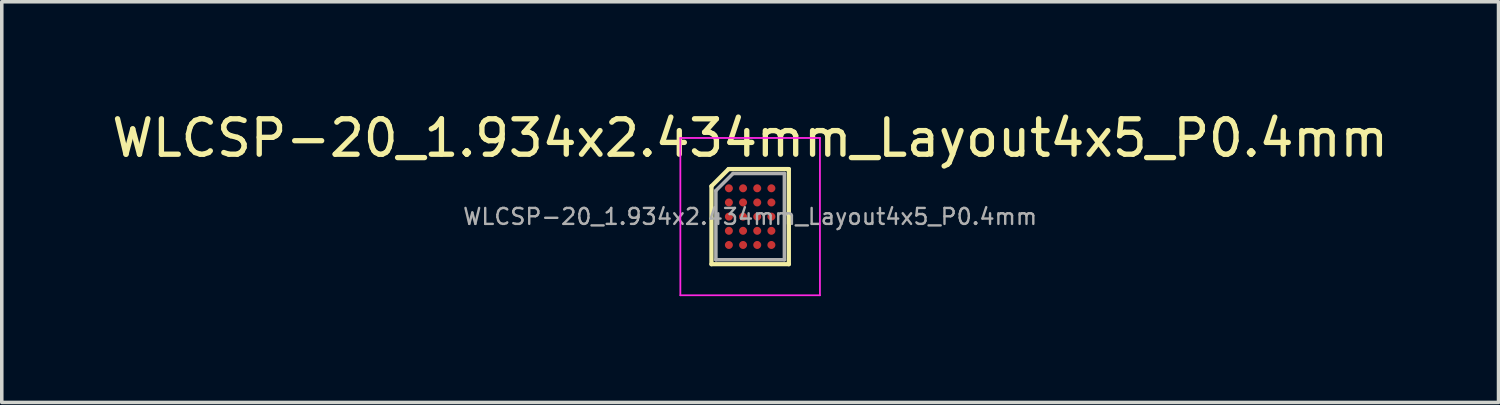
<source format=kicad_pcb>
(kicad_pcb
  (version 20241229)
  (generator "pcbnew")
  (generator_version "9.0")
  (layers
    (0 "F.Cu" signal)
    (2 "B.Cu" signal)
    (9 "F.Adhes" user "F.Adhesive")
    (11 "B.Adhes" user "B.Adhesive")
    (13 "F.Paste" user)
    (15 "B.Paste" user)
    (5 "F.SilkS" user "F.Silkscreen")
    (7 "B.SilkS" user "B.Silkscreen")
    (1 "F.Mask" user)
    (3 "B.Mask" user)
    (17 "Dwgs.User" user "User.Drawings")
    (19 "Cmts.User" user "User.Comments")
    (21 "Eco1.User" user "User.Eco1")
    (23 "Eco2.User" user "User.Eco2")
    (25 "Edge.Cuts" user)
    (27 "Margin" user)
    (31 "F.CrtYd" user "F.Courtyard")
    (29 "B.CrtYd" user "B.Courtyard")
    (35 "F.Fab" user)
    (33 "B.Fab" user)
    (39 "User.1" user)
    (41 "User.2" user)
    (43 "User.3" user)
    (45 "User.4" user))
  (footprint "WLCSP-20_1.934x2.434mm_Layout4x5_P0.4mm"
    (layer "F.Cu")
    (at 18.125 3.065)
    (property "Reference" "WLCSP-20_1.934x2.434mm_Layout4x5_P0.4mm" (at 0 -2.217 0) (layer "F.SilkS") (effects (font (size 1 1) (thickness 0.15))))
    (attr smd)
    (fp_line (start -1.092 -0.859) (end -0.609 -1.342) (stroke (width 0.12) (type default)) (layer "F.SilkS"))
    (fp_line (start -1.092 1.342) (end -1.092 -0.859) (stroke (width 0.12) (type solid)) (layer "F.SilkS"))
    (fp_line (start -0.609 -1.342) (end 1.092 -1.342) (stroke (width 0.12) (type solid)) (layer "F.SilkS"))
    (fp_line (start 1.092 -1.342) (end 1.092 1.342) (stroke (width 0.12) (type solid)) (layer "F.SilkS"))
    (fp_line (start 1.092 1.342) (end -1.092 1.342) (stroke (width 0.12) (type solid)) (layer "F.SilkS"))
    (fp_line (start -1.97 -2.22) (end -1.97 2.22) (stroke (width 0.05) (type solid)) (layer "F.CrtYd"))
    (fp_line (start -1.97 2.22) (end 1.97 2.22) (stroke (width 0.05) (type solid)) (layer "F.CrtYd"))
    (fp_line (start 1.97 -2.22) (end -1.97 -2.22) (stroke (width 0.05) (type solid)) (layer "F.CrtYd"))
    (fp_line (start 1.97 2.22) (end 1.97 -2.22) (stroke (width 0.05) (type solid)) (layer "F.CrtYd"))
    (fp_line (start -0.967 -0.734) (end -0.483 -1.217) (stroke (width 0.1) (type solid)) (layer "F.Fab"))
    (fp_line (start -0.967 1.217) (end -0.967 -0.734) (stroke (width 0.1) (type solid)) (layer "F.Fab"))
    (fp_line (start -0.483 -1.217) (end 0.967 -1.217) (stroke (width 0.1) (type solid)) (layer "F.Fab"))
    (fp_line (start 0.967 -1.217) (end 0.967 1.217) (stroke (width 0.1) (type solid)) (layer "F.Fab"))
    (fp_line (start 0.967 1.217) (end -0.967 1.217) (stroke (width 0.1) (type solid)) (layer "F.Fab"))
    (fp_text user "${REFERENCE}" (at 0 0 0) (layer "F.Fab") (effects (font (size 0.45 0.45) (thickness 0.068))))
    (pad "A1" smd circle (at -0.6 -0.8) (size 0.225 0.225) (layers "F.Cu" "F.Mask" "F.Paste"))
    (pad "A2" smd circle (at -0.2 -0.8) (size 0.225 0.225) (layers "F.Cu" "F.Mask" "F.Paste"))
    (pad "A3" smd circle (at 0.2 -0.8) (size 0.225 0.225) (layers "F.Cu" "F.Mask" "F.Paste"))
    (pad "A4" smd circle (at 0.6 -0.8) (size 0.225 0.225) (layers "F.Cu" "F.Mask" "F.Paste"))
    (pad "B1" smd circle (at -0.6 -0.4) (size 0.225 0.225) (layers "F.Cu" "F.Mask" "F.Paste"))
    (pad "B2" smd circle (at -0.2 -0.4) (size 0.225 0.225) (layers "F.Cu" "F.Mask" "F.Paste"))
    (pad "B3" smd circle (at 0.2 -0.4) (size 0.225 0.225) (layers "F.Cu" "F.Mask" "F.Paste"))
    (pad "B4" smd circle (at 0.6 -0.4) (size 0.225 0.225) (layers "F.Cu" "F.Mask" "F.Paste"))
    (pad "C1" smd circle (at -0.6 0) (size 0.225 0.225) (layers "F.Cu" "F.Mask" "F.Paste"))
    (pad "C2" smd circle (at -0.2 0) (size 0.225 0.225) (layers "F.Cu" "F.Mask" "F.Paste"))
    (pad "C3" smd circle (at 0.2 0) (size 0.225 0.225) (layers "F.Cu" "F.Mask" "F.Paste"))
    (pad "C4" smd circle (at 0.6 0) (size 0.225 0.225) (layers "F.Cu" "F.Mask" "F.Paste"))
    (pad "D1" smd circle (at -0.6 0.4) (size 0.225 0.225) (layers "F.Cu" "F.Mask" "F.Paste"))
    (pad "D2" smd circle (at -0.2 0.4) (size 0.225 0.225) (layers "F.Cu" "F.Mask" "F.Paste"))
    (pad "D3" smd circle (at 0.2 0.4) (size 0.225 0.225) (layers "F.Cu" "F.Mask" "F.Paste"))
    (pad "D4" smd circle (at 0.6 0.4) (size 0.225 0.225) (layers "F.Cu" "F.Mask" "F.Paste"))
    (pad "E1" smd circle (at -0.6 0.8) (size 0.225 0.225) (layers "F.Cu" "F.Mask" "F.Paste"))
    (pad "E2" smd circle (at -0.2 0.8) (size 0.225 0.225) (layers "F.Cu" "F.Mask" "F.Paste"))
    (pad "E3" smd circle (at 0.2 0.8) (size 0.225 0.225) (layers "F.Cu" "F.Mask" "F.Paste"))
    (pad "E4" smd circle (at 0.6 0.8) (size 0.225 0.225) (layers "F.Cu" "F.Mask" "F.Paste")))
  (gr_rect
    (start -3 -3)
    (end 39.25 8.31)
    (stroke (width 0.1) (type default))
    (fill no)
    (layer "Edge.Cuts")))
</source>
